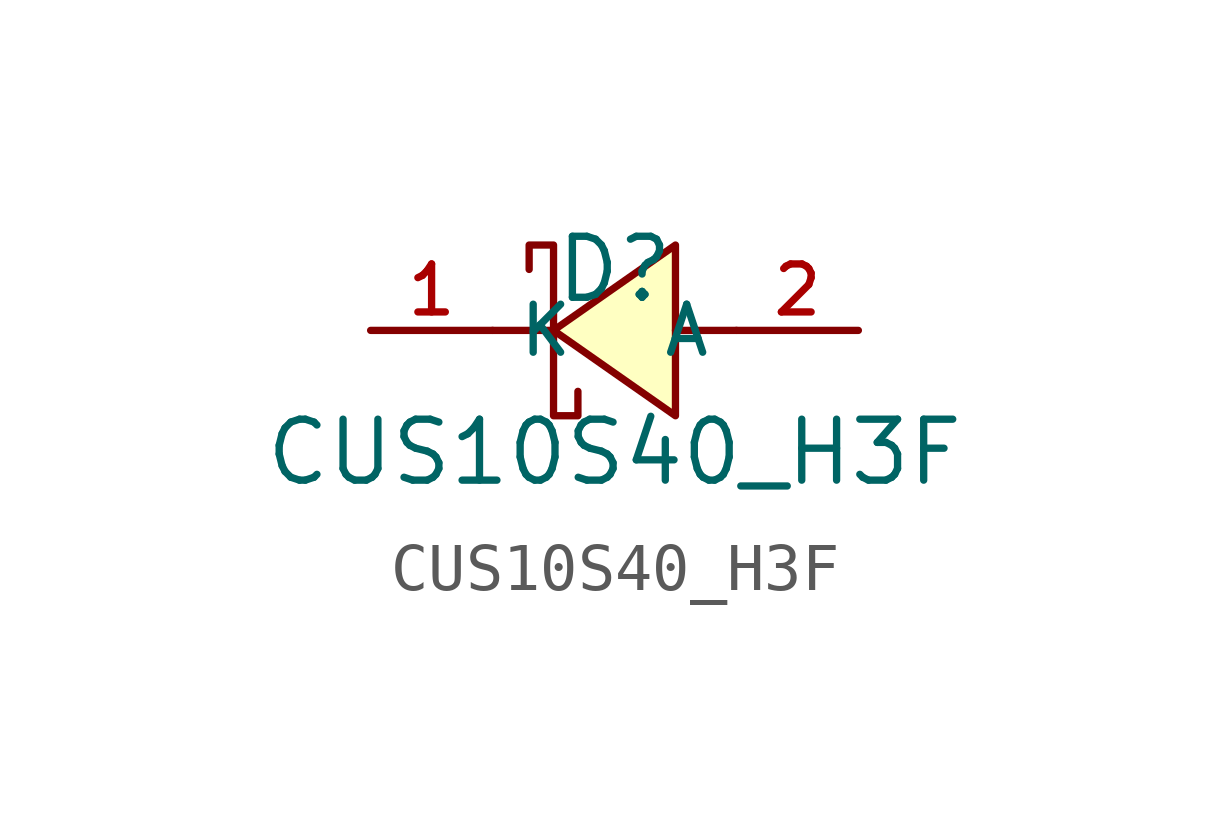
<source format=kicad_sym>
(kicad_symbol_lib
  (version 20210201)
  (generator TousstNicolas/JLC2KiCad_lib)
  (symbol "CUS10S40_H3F"
    (property "Reference" "D"
      (at 0 1.27 0)
      (effects (font (size 1.27 1.27))))
    (property "Value" "CUS10S40_H3F"
      (at 0 -2.54 0)
      (effects (font (size 1.27 1.27))))
    (symbol "CUS10S40_H3F_0_1"
      (pin unspecified line (at 5.08 -0.0 180) (length 2.54) (name "A" (effects (font (size 1 1)))) (number "2" (effects (font (size 1 1)))))
      (pin unspecified line (at -5.08 -0.0 0) (length 2.54) (name "K" (effects (font (size 1 1)))) (number "1" (effects (font (size 1 1)))))
      (polyline (pts (xy -1.778 1.27) (xy -1.778 1.778) (xy -1.27 1.778) (xy -1.27 -1.778) (xy -0.762 -1.778) (xy -0.762 -1.27)) (stroke (width 0) (type default) (color 0 0 0 0)) (fill (type none)))
      (polyline (pts (xy 2.54 -0.0) (xy 1.27 -0.0)) (stroke (width 0) (type default) (color 0 0 0 0)) (fill (type none)))
      (polyline (pts (xy -1.27 -0.0) (xy -2.54 -0.0)) (stroke (width 0) (type default) (color 0 0 0 0)) (fill (type none)))
      (polyline (pts (xy 1.27 1.778) (xy -1.27 -0.0) (xy 1.27 -1.778) (xy 1.27 1.778)) (stroke (width 0) (type default) (color 0 0 0 0)) (fill (type background))))))
</source>
